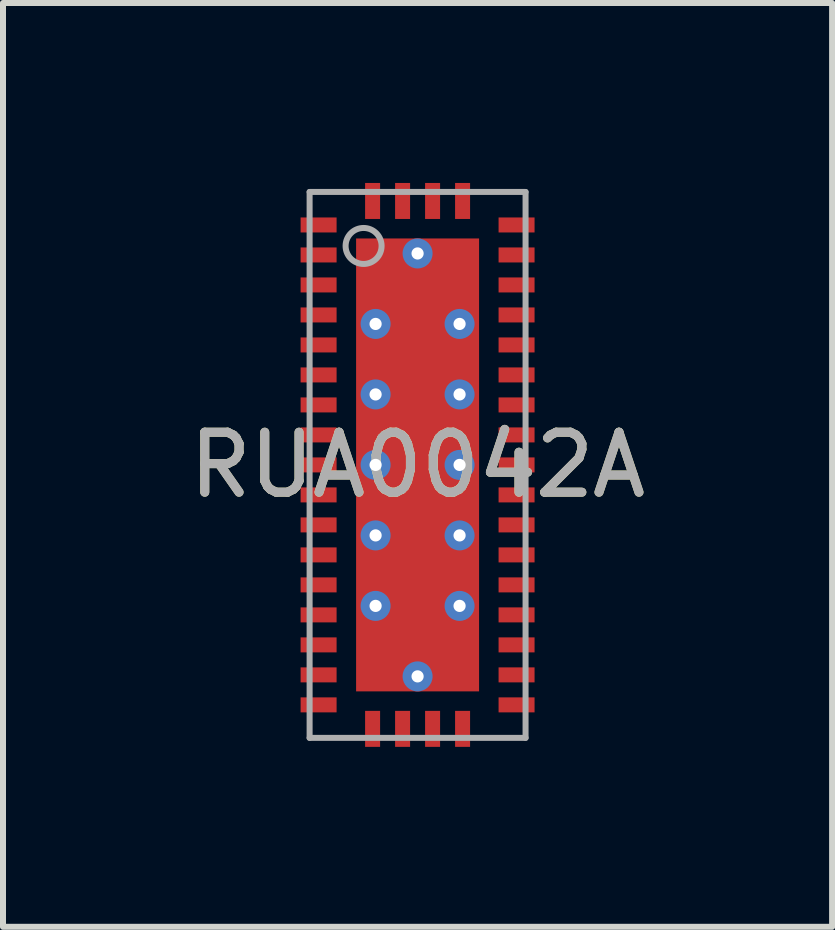
<source format=kicad_pcb>
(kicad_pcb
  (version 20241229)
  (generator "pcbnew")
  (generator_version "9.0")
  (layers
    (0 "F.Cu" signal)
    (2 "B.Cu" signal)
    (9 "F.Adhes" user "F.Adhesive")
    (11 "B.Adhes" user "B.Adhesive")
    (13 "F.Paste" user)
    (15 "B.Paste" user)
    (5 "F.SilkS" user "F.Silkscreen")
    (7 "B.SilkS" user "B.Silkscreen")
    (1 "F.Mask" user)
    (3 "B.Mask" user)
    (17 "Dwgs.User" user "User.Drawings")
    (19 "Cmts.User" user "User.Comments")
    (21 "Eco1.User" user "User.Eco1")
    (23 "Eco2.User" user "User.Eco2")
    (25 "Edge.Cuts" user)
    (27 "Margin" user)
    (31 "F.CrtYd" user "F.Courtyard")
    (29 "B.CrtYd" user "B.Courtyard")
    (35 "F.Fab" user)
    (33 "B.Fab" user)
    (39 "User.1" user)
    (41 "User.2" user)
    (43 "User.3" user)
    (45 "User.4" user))
  (footprint "RUA0042A"
    (layer "F.Cu")
    (at 3.911 4.7)
    (property "Reference" "RUA0042A" (at 0 0 0) (unlocked yes) (layer "F.SilkS") (effects (font (size 1 1) (thickness 0.15))))
    (attr smd)
    (fp_poly (pts (xy -0.1 -3.425) (xy -1.017 -3.425) (xy -1.017 -2.45) (xy -0.1 -2.45)) (stroke (width 0) (type solid)) (fill yes) (layer "F.Paste"))
    (fp_poly (pts (xy -0.1 -2.25) (xy -1.017 -2.25) (xy -1.017 -1.275) (xy -0.1 -1.275)) (stroke (width 0) (type solid)) (fill yes) (layer "F.Paste"))
    (fp_poly (pts (xy -0.1 -1.075) (xy -1.017 -1.075) (xy -1.017 -0.1) (xy -0.1 -0.1)) (stroke (width 0) (type solid)) (fill yes) (layer "F.Paste"))
    (fp_poly (pts (xy -0.1 0.1) (xy -1.017 0.1) (xy -1.017 1.075) (xy -0.1 1.075)) (stroke (width 0) (type solid)) (fill yes) (layer "F.Paste"))
    (fp_poly (pts (xy -0.1 1.275) (xy -1.017 1.275) (xy -1.017 2.25) (xy -0.1 2.25)) (stroke (width 0) (type solid)) (fill yes) (layer "F.Paste"))
    (fp_poly (pts (xy -0.1 2.45) (xy -1.017 2.45) (xy -1.017 3.425) (xy -0.1 3.425)) (stroke (width 0) (type solid)) (fill yes) (layer "F.Paste"))
    (fp_poly (pts (xy 0.1 -2.45) (xy 1.017 -2.45) (xy 1.017 -3.425) (xy 0.1 -3.425)) (stroke (width 0) (type solid)) (fill yes) (layer "F.Paste"))
    (fp_poly (pts (xy 0.1 -1.275) (xy 1.017 -1.275) (xy 1.017 -2.25) (xy 0.1 -2.25)) (stroke (width 0) (type solid)) (fill yes) (layer "F.Paste"))
    (fp_poly (pts (xy 0.1 -0.1) (xy 1.017 -0.1) (xy 1.017 -1.075) (xy 0.1 -1.075)) (stroke (width 0) (type solid)) (fill yes) (layer "F.Paste"))
    (fp_poly (pts (xy 0.1 1.075) (xy 1.017 1.075) (xy 1.017 0.1) (xy 0.1 0.1)) (stroke (width 0) (type solid)) (fill yes) (layer "F.Paste"))
    (fp_poly (pts (xy 0.1 2.25) (xy 1.017 2.25) (xy 1.017 1.275) (xy 0.1 1.275)) (stroke (width 0) (type solid)) (fill yes) (layer "F.Paste"))
    (fp_poly (pts (xy 0.1 3.425) (xy 1.017 3.425) (xy 1.017 2.45) (xy 0.1 2.45)) (stroke (width 0) (type solid)) (fill yes) (layer "F.Paste"))
    (fp_line (start -1.8 -4.55) (end 1.8 -4.55) (stroke (width 0.1) (type solid)) (layer "F.Fab"))
    (fp_line (start -1.8 4.55) (end -1.8 -4.55) (stroke (width 0.1) (type solid)) (layer "F.Fab"))
    (fp_line (start -1.8 4.55) (end 1.8 4.55) (stroke (width 0.1) (type solid)) (layer "F.Fab"))
    (fp_line (start 1.8 4.55) (end 1.8 -4.55) (stroke (width 0.1) (type solid)) (layer "F.Fab"))
    (fp_circle (center -0.9 -3.65) (end -0.6 -3.65) (stroke (width 0.1) (type solid)) (fill no) (layer "F.Fab"))
    (fp_text user "${REFERENCE}" (at 0 0 0) (unlocked yes) (layer "F.Fab") (effects (font (size 1 1) (thickness 0.15))))
    (pad "1" smd rect (at -1.65 -4 90) (size 0.25 0.6) (layers "F.Cu" "F.Mask" "F.Paste"))
    (pad "2" smd rect (at -1.65 -3.5 90) (size 0.25 0.6) (layers "F.Cu" "F.Mask" "F.Paste"))
    (pad "3" smd rect (at -1.65 -3 90) (size 0.25 0.6) (layers "F.Cu" "F.Mask" "F.Paste"))
    (pad "4" smd rect (at -1.65 -2.5 90) (size 0.25 0.6) (layers "F.Cu" "F.Mask" "F.Paste"))
    (pad "5" smd rect (at -1.65 -2 90) (size 0.25 0.6) (layers "F.Cu" "F.Mask" "F.Paste"))
    (pad "6" smd rect (at -1.65 -1.5 90) (size 0.25 0.6) (layers "F.Cu" "F.Mask" "F.Paste"))
    (pad "7" smd rect (at -1.65 -1 90) (size 0.25 0.6) (layers "F.Cu" "F.Mask" "F.Paste"))
    (pad "8" smd rect (at -1.65 -0.5 90) (size 0.25 0.6) (layers "F.Cu" "F.Mask" "F.Paste"))
    (pad "9" smd rect (at -1.65 0 90) (size 0.25 0.6) (layers "F.Cu" "F.Mask" "F.Paste"))
    (pad "10" smd rect (at -1.65 0.5 90) (size 0.25 0.6) (layers "F.Cu" "F.Mask" "F.Paste"))
    (pad "11" smd rect (at -1.65 1 90) (size 0.25 0.6) (layers "F.Cu" "F.Mask" "F.Paste"))
    (pad "12" smd rect (at -1.65 1.5 90) (size 0.25 0.6) (layers "F.Cu" "F.Mask" "F.Paste"))
    (pad "13" smd rect (at -1.65 2 90) (size 0.25 0.6) (layers "F.Cu" "F.Mask" "F.Paste"))
    (pad "14" smd rect (at -1.65 2.5 90) (size 0.25 0.6) (layers "F.Cu" "F.Mask" "F.Paste"))
    (pad "15" smd rect (at -1.65 3 90) (size 0.25 0.6) (layers "F.Cu" "F.Mask" "F.Paste"))
    (pad "16" smd rect (at -1.65 3.5 90) (size 0.25 0.6) (layers "F.Cu" "F.Mask" "F.Paste"))
    (pad "17" smd rect (at -1.65 4 90) (size 0.25 0.6) (layers "F.Cu" "F.Mask" "F.Paste"))
    (pad "18" smd rect (at -0.75 4.4) (size 0.25 0.6) (layers "F.Cu" "F.Mask" "F.Paste"))
    (pad "19" smd rect (at -0.25 4.4) (size 0.25 0.6) (layers "F.Cu" "F.Mask" "F.Paste"))
    (pad "20" smd rect (at 0.25 4.4) (size 0.25 0.6) (layers "F.Cu" "F.Mask" "F.Paste"))
    (pad "21" smd rect (at 0.75 4.4) (size 0.25 0.6) (layers "F.Cu" "F.Mask" "F.Paste"))
    (pad "22" smd rect (at 1.65 4 90) (size 0.25 0.6) (layers "F.Cu" "F.Mask" "F.Paste"))
    (pad "23" smd rect (at 1.65 3.5 90) (size 0.25 0.6) (layers "F.Cu" "F.Mask" "F.Paste"))
    (pad "24" smd rect (at 1.65 3 90) (size 0.25 0.6) (layers "F.Cu" "F.Mask" "F.Paste"))
    (pad "25" smd rect (at 1.65 2.5 90) (size 0.25 0.6) (layers "F.Cu" "F.Mask" "F.Paste"))
    (pad "26" smd rect (at 1.65 2 90) (size 0.25 0.6) (layers "F.Cu" "F.Mask" "F.Paste"))
    (pad "27" smd rect (at 1.65 1.5 90) (size 0.25 0.6) (layers "F.Cu" "F.Mask" "F.Paste"))
    (pad "28" smd rect (at 1.65 1 90) (size 0.25 0.6) (layers "F.Cu" "F.Mask" "F.Paste"))
    (pad "29" smd rect (at 1.65 0.5 90) (size 0.25 0.6) (layers "F.Cu" "F.Mask" "F.Paste"))
    (pad "30" smd rect (at 1.65 0 90) (size 0.25 0.6) (layers "F.Cu" "F.Mask" "F.Paste"))
    (pad "31" smd rect (at 1.65 -0.5 90) (size 0.25 0.6) (layers "F.Cu" "F.Mask" "F.Paste"))
    (pad "32" smd rect (at 1.65 -1 90) (size 0.25 0.6) (layers "F.Cu" "F.Mask" "F.Paste"))
    (pad "33" smd rect (at 1.65 -1.5 90) (size 0.25 0.6) (layers "F.Cu" "F.Mask" "F.Paste"))
    (pad "34" smd rect (at 1.65 -2 90) (size 0.25 0.6) (layers "F.Cu" "F.Mask" "F.Paste"))
    (pad "35" smd rect (at 1.65 -2.5 90) (size 0.25 0.6) (layers "F.Cu" "F.Mask" "F.Paste"))
    (pad "36" smd rect (at 1.65 -3 90) (size 0.25 0.6) (layers "F.Cu" "F.Mask" "F.Paste"))
    (pad "37" smd rect (at 1.65 -3.5 90) (size 0.25 0.6) (layers "F.Cu" "F.Mask" "F.Paste"))
    (pad "38" smd rect (at 1.65 -4 90) (size 0.25 0.6) (layers "F.Cu" "F.Mask" "F.Paste"))
    (pad "39" smd rect (at 0.75 -4.4) (size 0.25 0.6) (layers "F.Cu" "F.Mask" "F.Paste"))
    (pad "40" smd rect (at 0.25 -4.4) (size 0.25 0.6) (layers "F.Cu" "F.Mask" "F.Paste"))
    (pad "41" smd rect (at -0.25 -4.4) (size 0.25 0.6) (layers "F.Cu" "F.Mask" "F.Paste"))
    (pad "42" smd rect (at -0.75 -4.4) (size 0.25 0.6) (layers "F.Cu" "F.Mask" "F.Paste"))
    (pad "43" smd rect (at 0 0) (size 2.05 7.55) (layers "F.Cu" "F.Mask"))
    (pad "V" thru_hole circle (at -0.7 -2.35) (size 0.5 0.5) (drill 0.203) (layers "*.Cu" "*.Mask"))
    (pad "V" thru_hole circle (at -0.7 -1.175) (size 0.5 0.5) (drill 0.203) (layers "*.Cu" "*.Mask"))
    (pad "V" thru_hole circle (at -0.7 0) (size 0.5 0.5) (drill 0.203) (layers "*.Cu" "*.Mask"))
    (pad "V" thru_hole circle (at -0.7 1.175) (size 0.5 0.5) (drill 0.203) (layers "*.Cu" "*.Mask"))
    (pad "V" thru_hole circle (at -0.7 2.35) (size 0.5 0.5) (drill 0.203) (layers "*.Cu" "*.Mask"))
    (pad "V" thru_hole circle (at 0 -3.525) (size 0.5 0.5) (drill 0.203) (layers "*.Cu" "*.Mask"))
    (pad "V" thru_hole circle (at 0 3.525) (size 0.5 0.5) (drill 0.203) (layers "*.Cu" "*.Mask"))
    (pad "V" thru_hole circle (at 0.7 -2.35) (size 0.5 0.5) (drill 0.203) (layers "*.Cu" "*.Mask"))
    (pad "V" thru_hole circle (at 0.7 -1.175) (size 0.5 0.5) (drill 0.203) (layers "*.Cu" "*.Mask"))
    (pad "V" thru_hole circle (at 0.7 0) (size 0.5 0.5) (drill 0.203) (layers "*.Cu" "*.Mask"))
    (pad "V" thru_hole circle (at 0.7 1.175) (size 0.5 0.5) (drill 0.203) (layers "*.Cu" "*.Mask"))
    (pad "V" thru_hole circle (at 0.7 2.35) (size 0.5 0.5) (drill 0.203) (layers "*.Cu" "*.Mask")))
  (gr_rect
    (start -3 -3)
    (end 10.821 12.4)
    (stroke (width 0.1) (type default))
    (fill no)
    (layer "Edge.Cuts")))
</source>
